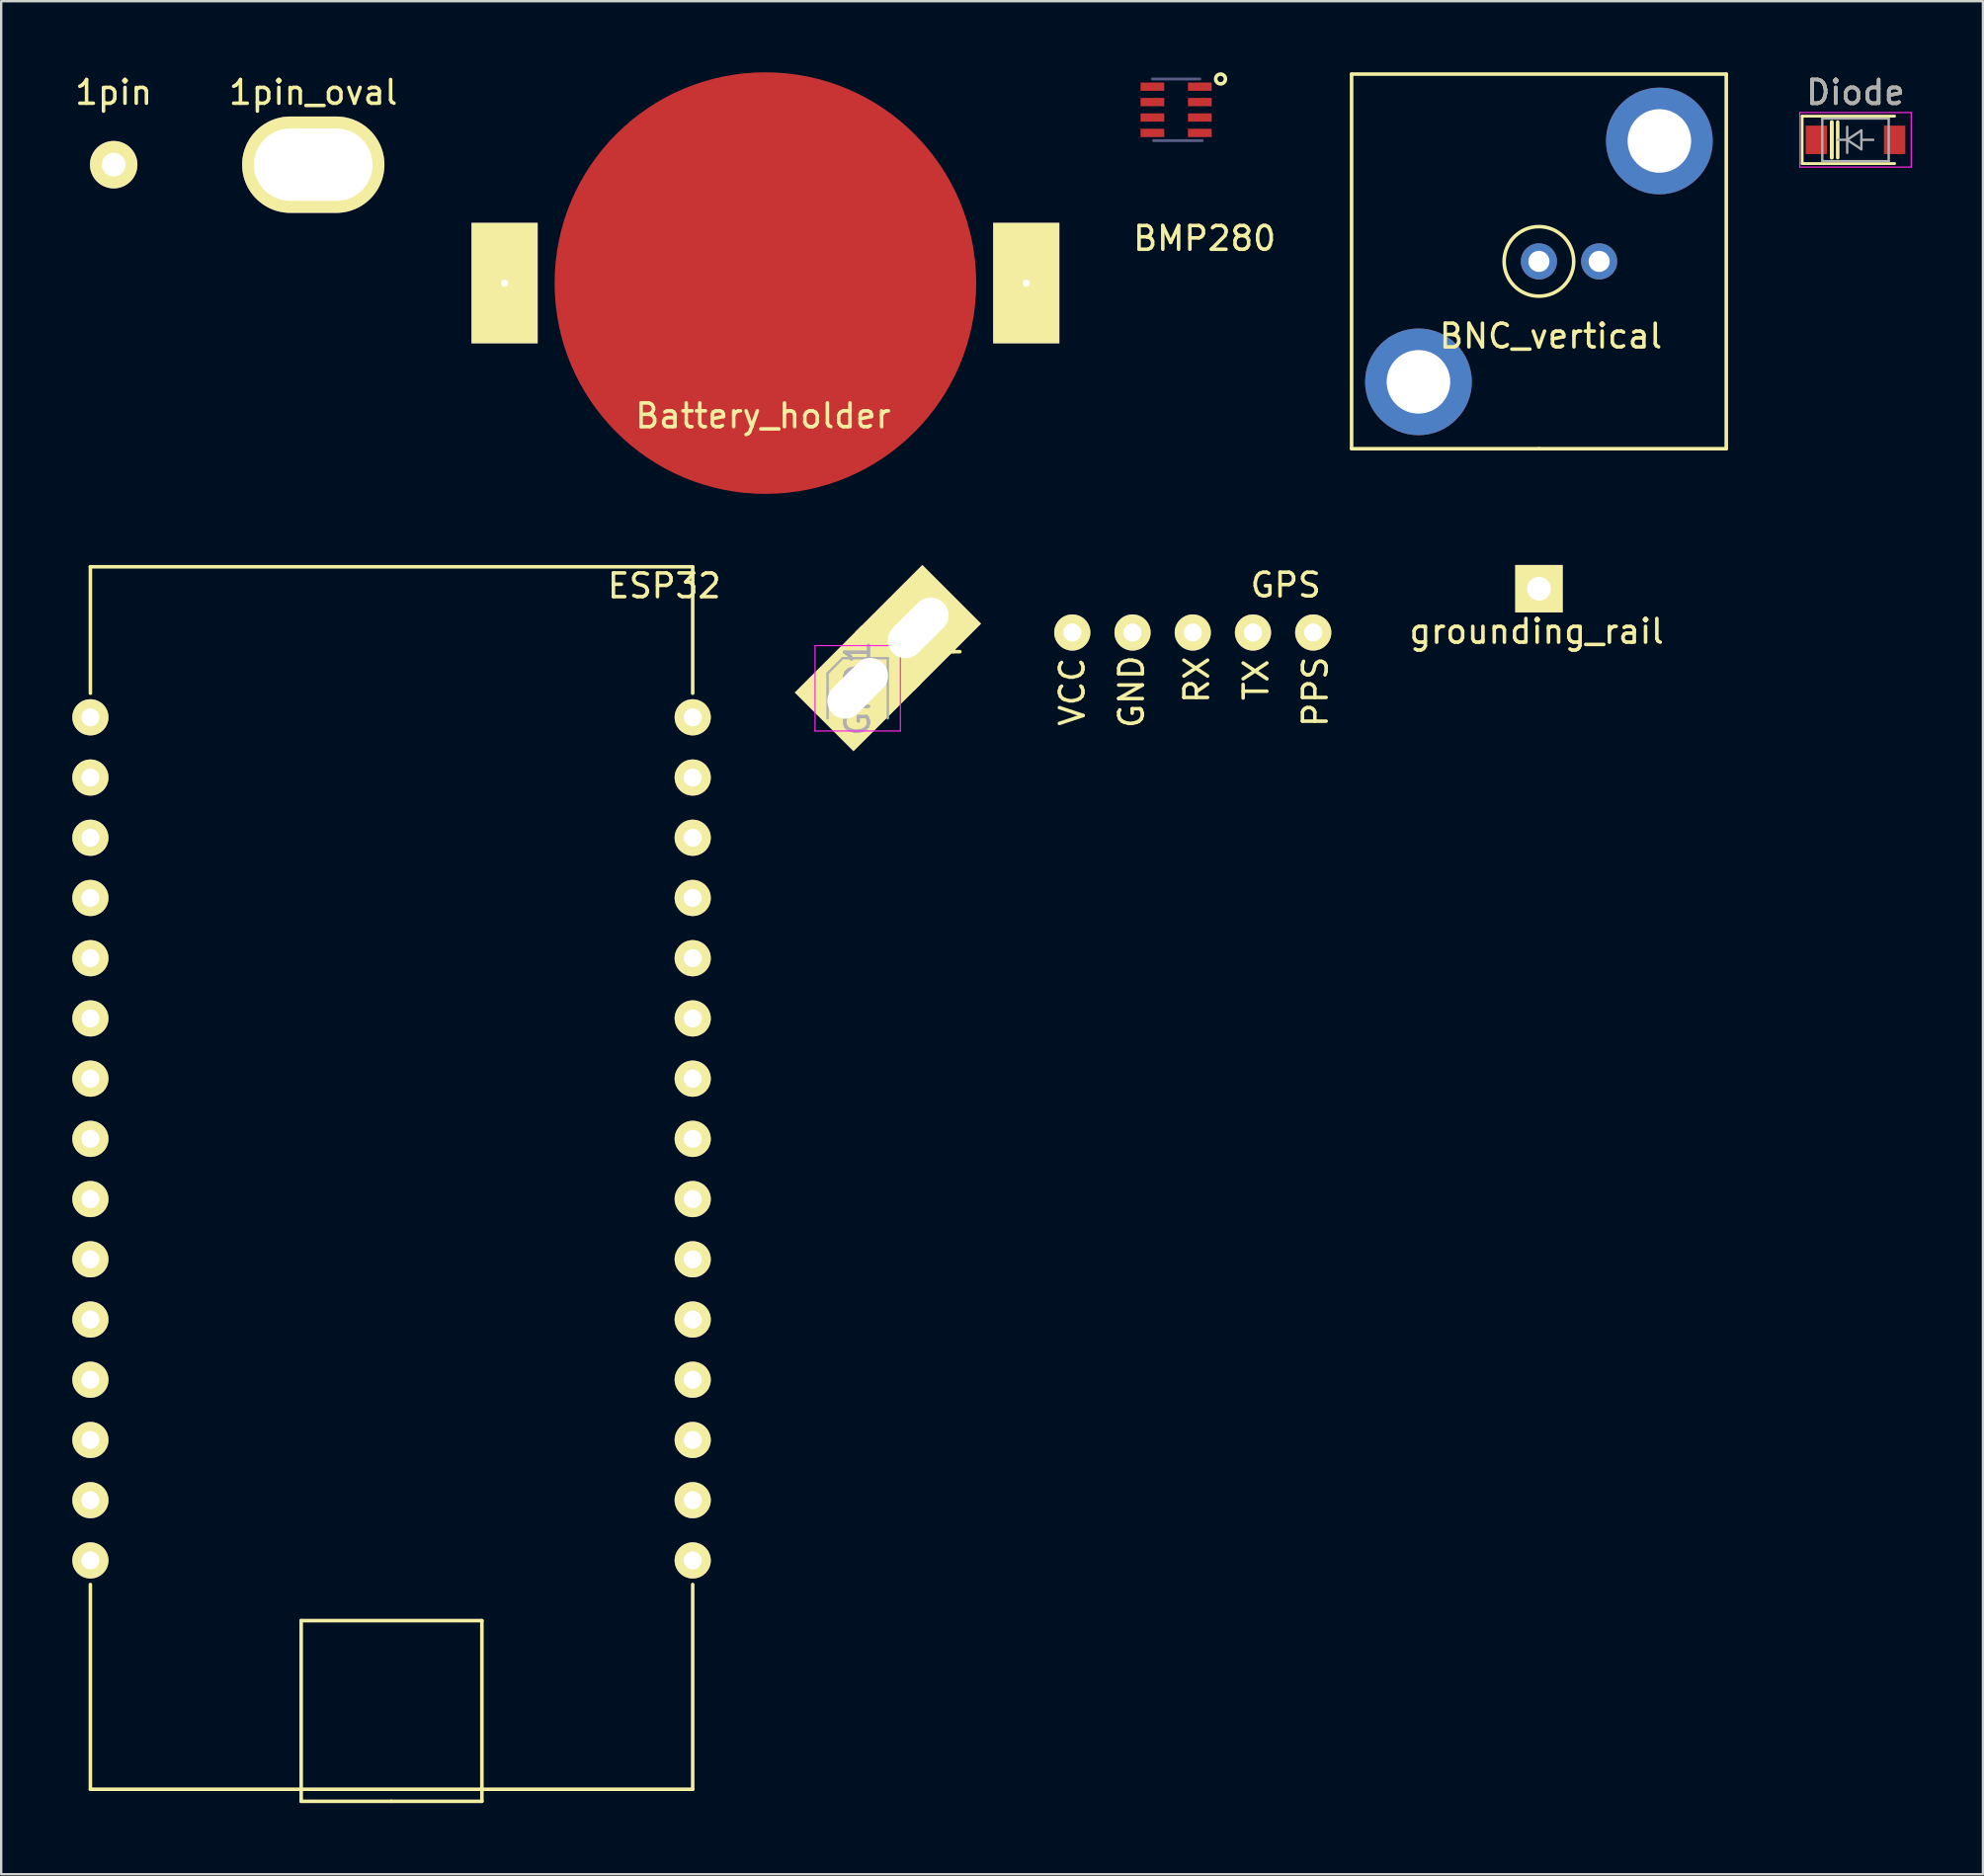
<source format=kicad_pcb>
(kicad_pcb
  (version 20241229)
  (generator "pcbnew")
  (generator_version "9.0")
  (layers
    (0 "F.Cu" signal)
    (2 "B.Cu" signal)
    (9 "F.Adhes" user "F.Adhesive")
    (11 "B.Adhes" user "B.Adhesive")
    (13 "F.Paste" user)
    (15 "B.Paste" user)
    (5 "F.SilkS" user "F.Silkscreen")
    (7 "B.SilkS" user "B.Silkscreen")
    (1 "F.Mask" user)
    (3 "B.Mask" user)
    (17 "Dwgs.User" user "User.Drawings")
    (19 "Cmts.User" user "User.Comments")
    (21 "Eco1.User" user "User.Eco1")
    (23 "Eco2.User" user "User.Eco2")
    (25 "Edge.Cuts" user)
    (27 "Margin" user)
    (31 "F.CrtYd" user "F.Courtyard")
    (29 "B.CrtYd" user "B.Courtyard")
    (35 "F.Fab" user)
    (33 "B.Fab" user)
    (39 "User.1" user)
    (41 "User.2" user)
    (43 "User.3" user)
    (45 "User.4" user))
  (footprint "GPS"
    (layer "F.Cu")
    (at 47.17 23.628)
    (property "Reference" "GPS" (at 4 -2 0) (layer "F.SilkS") (effects (font (size 1 1) (thickness 0.15))))
    (attr through_hole)
    (fp_text user "TX" (at 2.75 2 90) (layer "F.SilkS") (effects (font (size 1 1) (thickness 0.15))))
    (fp_text user "PPS" (at 5.25 2.5 90) (layer "F.SilkS") (effects (font (size 1 1) (thickness 0.15))))
    (fp_text user "VCC" (at -5 2.5 90) (layer "F.SilkS") (effects (font (size 1 1) (thickness 0.15))))
    (fp_text user "GND" (at -2.5 2.5 90) (layer "F.SilkS") (effects (font (size 1 1) (thickness 0.15))))
    (fp_text user "RX" (at 0.25 2 90) (layer "F.SilkS") (effects (font (size 1 1) (thickness 0.15))))
    (pad "1" thru_hole circle (at -5 0) (size 1.524 1.524) (drill 0.762) (layers "*.Cu" "*.Mask" "F.SilkS"))
    (pad "2" thru_hole circle (at -2.46 0) (size 1.524 1.524) (drill 0.762) (layers "*.Cu" "*.Mask" "F.SilkS"))
    (pad "3" thru_hole circle (at 0.08 0) (size 1.524 1.524) (drill 0.762) (layers "*.Cu" "*.Mask" "F.SilkS"))
    (pad "4" thru_hole circle (at 2.62 0) (size 1.524 1.524) (drill 0.762) (layers "*.Cu" "*.Mask" "F.SilkS"))
    (pad "5" thru_hole circle (at 5.16 0) (size 1.524 1.524) (drill 0.762) (layers "*.Cu" "*.Mask" "F.SilkS")))
  (footprint "1pin"
    (layer "F.Cu")
    (at 1.744 3.896)
    (property "Reference" "1pin" (at 0 -3.048 0) (layer "F.SilkS") (effects (font (size 1 1) (thickness 0.15))))
    (attr through_hole)
    (pad "1" thru_hole circle (at 0 0) (size 2 2) (drill 1) (layers "*.Cu" "*.Mask" "F.SilkS")))
  (footprint "ESP32"
    (layer "F.Cu")
    (at 13.462 45.747)
    (property "Reference" "ESP32" (at 11.5 -24.087 0) (layer "F.SilkS") (effects (font (size 1 1) (thickness 0.15))))
    (attr through_hole)
    (fp_line (start -12.7 -24.892) (end 12.7 -24.892) (stroke (width 0.15) (type solid)) (layer "F.SilkS"))
    (fp_line (start -12.7 -19.558) (end -12.7 -24.892) (stroke (width 0.15) (type solid)) (layer "F.SilkS"))
    (fp_line (start -12.7 26.67) (end -12.7 18.034) (stroke (width 0.15) (type solid)) (layer "F.SilkS"))
    (fp_line (start -12.7 26.67) (end 12.7 26.67) (stroke (width 0.15) (type solid)) (layer "F.SilkS"))
    (fp_line (start -3.81 19.558) (end 3.81 19.558) (stroke (width 0.15) (type solid)) (layer "F.SilkS"))
    (fp_line (start -3.81 27.178) (end -3.81 19.558) (stroke (width 0.15) (type solid)) (layer "F.SilkS"))
    (fp_line (start 0 27.178) (end -3.81 27.178) (stroke (width 0.15) (type solid)) (layer "F.SilkS"))
    (fp_line (start 3.81 19.558) (end 3.81 27.178) (stroke (width 0.15) (type solid)) (layer "F.SilkS"))
    (fp_line (start 3.81 27.178) (end 0 27.178) (stroke (width 0.15) (type solid)) (layer "F.SilkS"))
    (fp_line (start 12.7 -24.892) (end 12.7 -19.558) (stroke (width 0.15) (type solid)) (layer "F.SilkS"))
    (fp_line (start 12.7 26.67) (end 12.7 18.034) (stroke (width 0.15) (type solid)) (layer "F.SilkS"))
    (pad "1" thru_hole circle (at -12.7 17.018 180) (size 1.524 1.524) (drill 0.762) (layers "*.Cu" "*.Mask" "F.SilkS"))
    (pad "2" thru_hole circle (at -12.7 14.478 180) (size 1.524 1.524) (drill 0.762) (layers "*.Cu" "*.Mask" "F.SilkS"))
    (pad "3" thru_hole circle (at -12.7 11.938 180) (size 1.524 1.524) (drill 0.762) (layers "*.Cu" "*.Mask" "F.SilkS"))
    (pad "4" thru_hole circle (at -12.7 9.398 180) (size 1.524 1.524) (drill 0.762) (layers "*.Cu" "*.Mask" "F.SilkS"))
    (pad "5" thru_hole circle (at -12.7 6.858 180) (size 1.524 1.524) (drill 0.762) (layers "*.Cu" "*.Mask" "F.SilkS"))
    (pad "6" thru_hole circle (at -12.7 4.318 180) (size 1.524 1.524) (drill 0.762) (layers "*.Cu" "*.Mask" "F.SilkS"))
    (pad "7" thru_hole circle (at -12.7 1.778 180) (size 1.524 1.524) (drill 0.762) (layers "*.Cu" "*.Mask" "F.SilkS"))
    (pad "8" thru_hole circle (at -12.7 -0.762 180) (size 1.524 1.524) (drill 0.762) (layers "*.Cu" "*.Mask" "F.SilkS"))
    (pad "9" thru_hole circle (at -12.7 -3.302 180) (size 1.524 1.524) (drill 0.762) (layers "*.Cu" "*.Mask" "F.SilkS"))
    (pad "10" thru_hole circle (at -12.7 -5.842 180) (size 1.524 1.524) (drill 0.762) (layers "*.Cu" "*.Mask" "F.SilkS"))
    (pad "11" thru_hole circle (at -12.7 -8.382 180) (size 1.524 1.524) (drill 0.762) (layers "*.Cu" "*.Mask" "F.SilkS"))
    (pad "12" thru_hole circle (at -12.7 -10.922 180) (size 1.524 1.524) (drill 0.762) (layers "*.Cu" "*.Mask" "F.SilkS"))
    (pad "13" thru_hole circle (at -12.7 -13.462 180) (size 1.524 1.524) (drill 0.762) (layers "*.Cu" "*.Mask" "F.SilkS"))
    (pad "14" thru_hole circle (at -12.7 -16.002 180) (size 1.524 1.524) (drill 0.762) (layers "*.Cu" "*.Mask" "F.SilkS"))
    (pad "15" thru_hole circle (at -12.7 -18.542 180) (size 1.524 1.524) (drill 0.762) (layers "*.Cu" "*.Mask" "F.SilkS"))
    (pad "16" thru_hole circle (at 12.7 -18.542 180) (size 1.524 1.524) (drill 0.762) (layers "*.Cu" "*.Mask" "F.SilkS"))
    (pad "17" thru_hole circle (at 12.7 -16.002 180) (size 1.524 1.524) (drill 0.762) (layers "*.Cu" "*.Mask" "F.SilkS"))
    (pad "18" thru_hole circle (at 12.7 -13.462 180) (size 1.524 1.524) (drill 0.762) (layers "*.Cu" "*.Mask" "F.SilkS"))
    (pad "19" thru_hole circle (at 12.7 -10.922 180) (size 1.524 1.524) (drill 0.762) (layers "*.Cu" "*.Mask" "F.SilkS"))
    (pad "20" thru_hole circle (at 12.7 -8.382 180) (size 1.524 1.524) (drill 0.762) (layers "*.Cu" "*.Mask" "F.SilkS"))
    (pad "21" thru_hole circle (at 12.7 -5.842 180) (size 1.524 1.524) (drill 0.762) (layers "*.Cu" "*.Mask" "F.SilkS"))
    (pad "22" thru_hole circle (at 12.7 -3.302 180) (size 1.524 1.524) (drill 0.762) (layers "*.Cu" "*.Mask" "F.SilkS"))
    (pad "23" thru_hole circle (at 12.7 -0.762 180) (size 1.524 1.524) (drill 0.762) (layers "*.Cu" "*.Mask" "F.SilkS"))
    (pad "24" thru_hole circle (at 12.7 1.778 180) (size 1.524 1.524) (drill 0.762) (layers "*.Cu" "*.Mask" "F.SilkS"))
    (pad "25" thru_hole circle (at 12.7 4.318 180) (size 1.524 1.524) (drill 0.762) (layers "*.Cu" "*.Mask" "F.SilkS"))
    (pad "26" thru_hole circle (at 12.7 6.858 180) (size 1.524 1.524) (drill 0.762) (layers "*.Cu" "*.Mask" "F.SilkS"))
    (pad "27" thru_hole circle (at 12.7 9.398 180) (size 1.524 1.524) (drill 0.762) (layers "*.Cu" "*.Mask" "F.SilkS"))
    (pad "28" thru_hole circle (at 12.7 11.938 180) (size 1.524 1.524) (drill 0.762) (layers "*.Cu" "*.Mask" "F.SilkS"))
    (pad "29" thru_hole circle (at 12.7 14.478 180) (size 1.524 1.524) (drill 0.762) (layers "*.Cu" "*.Mask" "F.SilkS"))
    (pad "30" thru_hole circle (at 12.7 17.018 180) (size 1.524 1.524) (drill 0.762) (layers "*.Cu" "*.Mask" "F.SilkS")))
  (footprint "BNC_vertical"
    (layer "F.Cu")
    (at 61.848 7.975)
    (property "Reference" "BNC_vertical" (at 0.5 3.15 0) (layer "F.SilkS") (effects (font (size 1 1) (thickness 0.15))))
    (attr through_hole)
    (fp_line (start -7.9 -7.9) (end -7.9 7.9) (stroke (width 0.15) (type solid)) (layer "F.SilkS"))
    (fp_line (start -7.9 7.9) (end 0 7.9) (stroke (width 0.15) (type solid)) (layer "F.SilkS"))
    (fp_line (start 0 7.9) (end 7.9 7.9) (stroke (width 0.15) (type solid)) (layer "F.SilkS"))
    (fp_line (start 7.9 -7.9) (end -7.9 -7.9) (stroke (width 0.15) (type solid)) (layer "F.SilkS"))
    (fp_line (start 7.9 7.9) (end 7.9 -7.9) (stroke (width 0.15) (type solid)) (layer "F.SilkS"))
    (fp_circle (center 0 0) (end 1.05 -1.025) (stroke (width 0.15) (type solid)) (fill no) (layer "F.SilkS"))
    (pad "1" thru_hole circle (at 0 0) (size 1.524 1.524) (drill 0.89) (layers "*.Cu" "*.Mask"))
    (pad "2" thru_hole circle (at -5.08 5.08) (size 4.5 4.5) (drill 2.68) (layers "*.Cu" "*.Mask"))
    (pad "2" thru_hole circle (at 2.54 0) (size 1.524 1.524) (drill 0.89) (layers "*.Cu" "*.Mask"))
    (pad "2" thru_hole circle (at 5.08 -5.08) (size 4.5 4.5) (drill 2.68) (layers "*.Cu" "*.Mask")))
  (footprint "BMP280"
    (layer "F.Cu")
    (at 47.548 0.606)
    (property "Reference" "BMP280" (at 0.2 6.4 0) (layer "F.SilkS") (effects (font (size 1 1) (thickness 0.15))))
    (attr through_hole)
    (fp_circle (center 0.875 -0.325) (end 0.825 -0.525) (stroke (width 0.15) (type solid)) (fill no) (layer "F.SilkS"))
    (fp_line (start -2 -0.325) (end 0 -0.325) (stroke (width 0.12) (type solid)) (layer "B.Fab"))
    (fp_line (start -1.95 2.275) (end 0.1 2.275) (stroke (width 0.12) (type solid)) (layer "B.Fab"))
    (pad "1" smd rect (at 0 0 90) (size 0.35 1) (layers "F.Cu" "F.Mask" "F.Paste"))
    (pad "2" smd rect (at 0 0.65 90) (size 0.35 1) (layers "F.Cu" "F.Mask" "F.Paste"))
    (pad "3" smd rect (at 0 1.3 90) (size 0.35 1) (layers "F.Cu" "F.Mask" "F.Paste"))
    (pad "4" smd rect (at 0 1.95 90) (size 0.35 1) (layers "F.Cu" "F.Mask" "F.Paste"))
    (pad "5" smd rect (at -2 1.95 90) (size 0.35 1) (layers "F.Cu" "F.Mask" "F.Paste"))
    (pad "6" smd rect (at -2 1.3 90) (size 0.35 1) (layers "F.Cu" "F.Mask" "F.Paste"))
    (pad "7" smd rect (at -2 0.65 90) (size 0.35 1) (layers "F.Cu" "F.Mask" "F.Paste"))
    (pad "8" smd rect (at -2 0 90) (size 0.35 1) (layers "F.Cu" "F.Mask" "F.Paste")))
  (footprint "GND1"
    (layer "F.Cu")
    (at 33.12 25.982)
    (property "Reference" "GND1" (at 2.5 -2 0) (layer "F.SilkS") (effects (font (size 1 1) (thickness 0.15))))
    (attr through_hole)
    (fp_line (start -1.8 -1.8) (end -1.8 1.8) (stroke (width 0.05) (type solid)) (layer "F.CrtYd"))
    (fp_line (start -1.8 1.8) (end 1.8 1.8) (stroke (width 0.05) (type solid)) (layer "F.CrtYd"))
    (fp_line (start 1.8 -1.8) (end -1.8 -1.8) (stroke (width 0.05) (type solid)) (layer "F.CrtYd"))
    (fp_line (start 1.8 1.8) (end 1.8 -1.8) (stroke (width 0.05) (type solid)) (layer "F.CrtYd"))
    (fp_line (start -1.27 -0.635) (end -0.635 -1.27) (stroke (width 0.1) (type solid)) (layer "F.Fab"))
    (fp_line (start -1.27 1.27) (end -1.27 -0.635) (stroke (width 0.1) (type solid)) (layer "F.Fab"))
    (fp_line (start -0.635 -1.27) (end 1.27 -1.27) (stroke (width 0.1) (type solid)) (layer "F.Fab"))
    (fp_line (start 1.27 -1.27) (end 1.27 1.27) (stroke (width 0.1) (type solid)) (layer "F.Fab"))
    (fp_text user "${REFERENCE}" (at 0 0 90) (layer "F.Fab") (effects (font (size 1 1) (thickness 0.15))))
    (pad "1" thru_hole trapezoid (at 0 0 45) (size 4 3.5) (drill oval 3 1.5) (layers "*.Cu" "*.Mask" "F.SilkS"))
    (pad "1" thru_hole trapezoid (at 2.55 -2.55 45) (size 4 3.5) (drill oval 3 1.5) (layers "*.Cu" "*.Mask" "F.SilkS")))
  (footprint "Diode"
    (layer "F.Cu")
    (at 75.198 2.848)
    (property "Reference" "Diode" (at 0 -2 0) (layer "F.SilkS") (effects (font (size 1 1) (thickness 0.15))))
    (attr smd)
    (fp_line (start -2.25 -1) (end -2.25 1) (stroke (width 0.12) (type solid)) (layer "F.SilkS"))
    (fp_line (start -2.25 -1) (end 1.65 -1) (stroke (width 0.12) (type solid)) (layer "F.SilkS"))
    (fp_line (start -2.25 1) (end 1.65 1) (stroke (width 0.12) (type solid)) (layer "F.SilkS"))
    (fp_line (start -1 -0.75) (end -1 0.75) (stroke (width 0.15) (type solid)) (layer "F.SilkS"))
    (fp_line (start -1 0.75) (end -1 -0.75) (stroke (width 0.15) (type solid)) (layer "F.SilkS"))
    (fp_line (start -0.75 -0.75) (end -0.75 0.75) (stroke (width 0.15) (type solid)) (layer "F.SilkS"))
    (fp_line (start -2.35 -1.15) (end -2.35 1.15) (stroke (width 0.05) (type solid)) (layer "F.CrtYd"))
    (fp_line (start -2.35 -1.15) (end 2.35 -1.15) (stroke (width 0.05) (type solid)) (layer "F.CrtYd"))
    (fp_line (start 2.35 -1.15) (end 2.35 1.15) (stroke (width 0.05) (type solid)) (layer "F.CrtYd"))
    (fp_line (start 2.35 1.15) (end -2.35 1.15) (stroke (width 0.05) (type solid)) (layer "F.CrtYd"))
    (fp_line (start -1.4 -0.9) (end 1.4 -0.9) (stroke (width 0.1) (type solid)) (layer "F.Fab"))
    (fp_line (start -1.4 0.9) (end -1.4 -0.9) (stroke (width 0.1) (type solid)) (layer "F.Fab"))
    (fp_line (start -0.75 0) (end -0.35 0) (stroke (width 0.1) (type solid)) (layer "F.Fab"))
    (fp_line (start -0.35 0) (end -0.35 -0.55) (stroke (width 0.1) (type solid)) (layer "F.Fab"))
    (fp_line (start -0.35 0) (end -0.35 0.55) (stroke (width 0.1) (type solid)) (layer "F.Fab"))
    (fp_line (start -0.35 0) (end 0.25 -0.4) (stroke (width 0.1) (type solid)) (layer "F.Fab"))
    (fp_line (start 0.25 -0.4) (end 0.25 0.4) (stroke (width 0.1) (type solid)) (layer "F.Fab"))
    (fp_line (start 0.25 0) (end 0.75 0) (stroke (width 0.1) (type solid)) (layer "F.Fab"))
    (fp_line (start 0.25 0.4) (end -0.35 0) (stroke (width 0.1) (type solid)) (layer "F.Fab"))
    (fp_line (start 1.4 -0.9) (end 1.4 0.9) (stroke (width 0.1) (type solid)) (layer "F.Fab"))
    (fp_line (start 1.4 0.9) (end -1.4 0.9) (stroke (width 0.1) (type solid)) (layer "F.Fab"))
    (fp_text user "${REFERENCE}" (at 0 -2 0) (layer "F.Fab") (effects (font (size 1 1) (thickness 0.15))))
    (pad "1" smd rect (at -1.65 0) (size 0.9 1.2) (layers "F.Cu" "F.Mask" "F.Paste"))
    (pad "2" smd rect (at 1.65 0) (size 0.9 1.2) (layers "F.Cu" "F.Mask" "F.Paste")))
  (footprint "grounding_rail"
    (layer "F.Cu")
    (at 61.75 21.88)
    (property "Reference" "grounding_rail" (at 0 1.7 0) (layer "F.SilkS") (effects (font (size 1 1) (thickness 0.15))))
    (attr through_hole)
    (pad "1" thru_hole rect (at 0.1 -0.1) (size 2 2) (drill 1) (layers "*.Cu" "*.Mask" "F.SilkS")))
  (footprint "Battery_holder"
    (layer "F.Cu")
    (at 29.228 8.89)
    (property "Reference" "Battery_holder" (at -0.1 5.6 0) (layer "F.SilkS") (effects (font (size 1 1) (thickness 0.15))))
    (attr through_hole)
    (pad "1" smd circle (at 0 0) (size 17.78 17.78) (layers "F.Cu" "F.Mask" "F.Paste"))
    (pad "2" thru_hole rect (at -11 0) (size 2.79 5.08) (drill 0.3) (layers "*.Cu" "*.Mask" "F.SilkS"))
    (pad "2" thru_hole rect (at 11 0) (size 2.79 5.08) (drill 0.3) (layers "*.Cu" "*.Mask" "F.SilkS")))
  (footprint "1pin_oval"
    (layer "F.Cu")
    (at 10.161 3.896)
    (property "Reference" "1pin_oval" (at 0 -3.048 0) (layer "F.SilkS") (effects (font (size 1 1) (thickness 0.15))))
    (attr through_hole)
    (pad "1" thru_hole oval (at 0 0) (size 6 4.064) (drill oval 5 3.048) (layers "*.Cu" "*.Mask" "F.SilkS")))
  (gr_rect
    (start -3 -3)
    (end 80.573 76)
    (stroke (width 0.1) (type default))
    (fill no)
    (layer "Edge.Cuts")))
</source>
